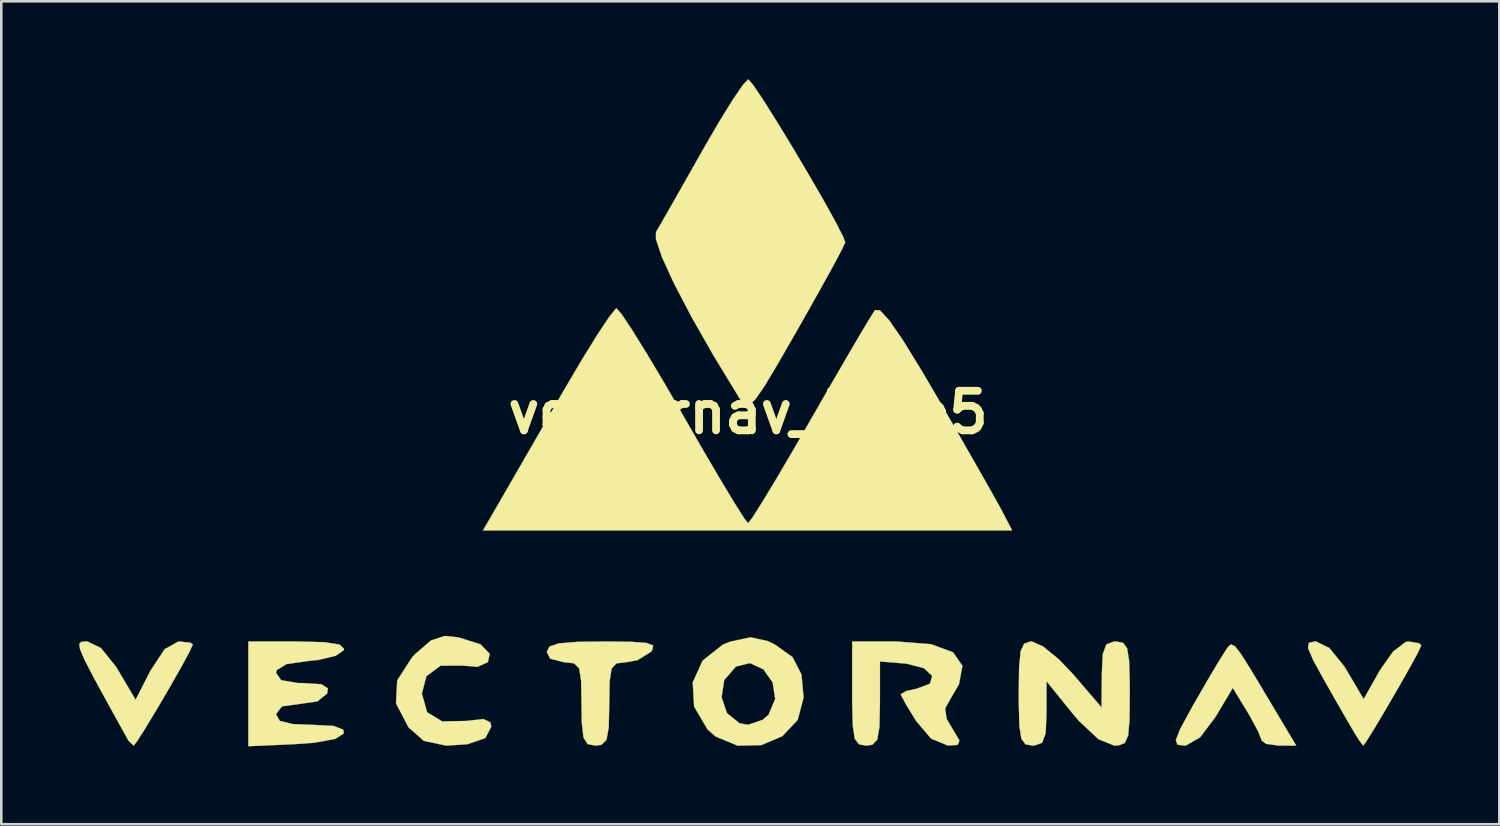
<source format=kicad_pcb>
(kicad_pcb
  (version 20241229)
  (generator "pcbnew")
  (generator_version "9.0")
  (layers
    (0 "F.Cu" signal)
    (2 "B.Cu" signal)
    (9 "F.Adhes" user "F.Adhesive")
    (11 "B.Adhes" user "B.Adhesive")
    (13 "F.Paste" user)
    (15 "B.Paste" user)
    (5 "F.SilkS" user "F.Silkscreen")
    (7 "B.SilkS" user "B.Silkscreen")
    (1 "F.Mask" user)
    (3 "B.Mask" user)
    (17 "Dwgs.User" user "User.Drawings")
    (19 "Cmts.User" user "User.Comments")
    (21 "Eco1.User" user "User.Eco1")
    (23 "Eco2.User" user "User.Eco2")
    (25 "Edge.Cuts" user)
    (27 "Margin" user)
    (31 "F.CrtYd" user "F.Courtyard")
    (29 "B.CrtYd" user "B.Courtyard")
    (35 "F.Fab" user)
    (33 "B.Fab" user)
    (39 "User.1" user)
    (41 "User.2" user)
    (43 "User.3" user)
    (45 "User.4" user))
  (footprint "vectornav_logo5"
    (layer "F.Cu")
    (at 25.768 12.839)
    (property "Reference" "vectornav_logo5" (at 0 0 0) (layer "F.SilkS") (effects (font (size 1.524 1.524) (thickness 0.3))))
    (attr through_hole)
    (fp_poly (pts (xy -11.16 8.663) (xy -10.303 8.935) (xy -9.952 9.3) (xy -10.022 9.618) (xy -10.423 9.8) (xy -10.999 9.751) (xy -11.844 9.755) (xy -12.391 10.158) (xy -12.566 10.828) (xy -12.367 11.546) (xy -11.785 11.902) (xy -10.849 11.884) (xy -10.196 11.81) (xy -9.925 11.939) (xy -9.893 12.107) (xy -10.122 12.546) (xy -10.822 12.783) (xy -11.633 12.834) (xy -12.492 12.651) (xy -13.082 12.129) (xy -13.562 11.211) (xy -13.517 10.323) (xy -12.942 9.43) (xy -12.823 9.306) (xy -12.215 8.784) (xy -11.689 8.61) (xy -11.16 8.663)) (stroke (width 0.01) (type solid)) (fill yes) (layer "F.SilkS"))
    (fp_poly (pts (xy -25.45 8.823) (xy -24.929 9.075) (xy -24.348 9.796) (xy -24.257 9.946) (xy -23.594 11.068) (xy -23.021 9.946) (xy -22.473 9.119) (xy -21.946 8.824) (xy -21.919 8.823) (xy -21.487 8.87) (xy -21.389 8.933) (xy -21.513 9.211) (xy -21.833 9.802) (xy -22.271 10.573) (xy -22.752 11.394) (xy -23.197 12.132) (xy -23.529 12.655) (xy -23.669 12.834) (xy -23.866 12.65) (xy -23.875 12.633) (xy -24.658 11.22) (xy -25.211 10.207) (xy -25.561 9.53) (xy -25.736 9.119) (xy -25.763 8.909) (xy -25.672 8.833) (xy -25.488 8.823) (xy -25.45 8.823)) (stroke (width 0.01) (type solid)) (fill yes) (layer "F.SilkS"))
    (fp_poly (pts (xy 18.755 9.004) (xy 18.996 9.315) (xy 19.383 9.931) (xy 19.971 10.914) (xy 20.279 11.43) (xy 21.117 12.834) (xy 20.451 12.834) (xy 19.949 12.765) (xy 19.784 12.633) (xy 19.656 12.296) (xy 19.337 11.705) (xy 19.228 11.522) (xy 18.673 10.612) (xy 18.011 11.723) (xy 17.416 12.513) (xy 16.871 12.83) (xy 16.809 12.834) (xy 16.542 12.799) (xy 16.477 12.626) (xy 16.638 12.213) (xy 17.046 11.458) (xy 17.137 11.296) (xy 17.641 10.418) (xy 18.084 9.67) (xy 18.337 9.265) (xy 18.481 9.041) (xy 18.602 8.933) (xy 18.755 9.004)) (stroke (width 0.01) (type solid)) (fill yes) (layer "F.SilkS"))
    (fp_poly (pts (xy 25.857 8.894) (xy 25.935 8.977) (xy 25.812 9.242) (xy 25.495 9.823) (xy 25.061 10.588) (xy 24.587 11.404) (xy 24.15 12.138) (xy 23.826 12.658) (xy 23.696 12.834) (xy 23.547 12.639) (xy 23.374 12.366) (xy 23.098 11.894) (xy 22.66 11.133) (xy 22.221 10.361) (xy 21.77 9.541) (xy 21.571 9.078) (xy 21.602 8.873) (xy 21.84 8.823) (xy 21.877 8.823) (xy 22.393 9.073) (xy 22.966 9.78) (xy 23.06 9.933) (xy 23.716 11.043) (xy 24.34 9.933) (xy 24.85 9.208) (xy 25.329 8.845) (xy 25.449 8.823) (xy 25.857 8.894)) (stroke (width 0.01) (type solid)) (fill yes) (layer "F.SilkS"))
    (fp_poly (pts (xy -4.519 8.834) (xy -3.905 8.88) (xy -3.656 8.979) (xy -3.686 9.149) (xy -3.743 9.224) (xy -4.262 9.544) (xy -4.712 9.625) (xy -5.064 9.664) (xy -5.255 9.863) (xy -5.333 10.347) (xy -5.347 11.229) (xy -5.367 12.125) (xy -5.453 12.61) (xy -5.645 12.804) (xy -5.882 12.834) (xy -6.181 12.775) (xy -6.342 12.518) (xy -6.407 11.94) (xy -6.417 11.229) (xy -6.431 10.34) (xy -6.508 9.86) (xy -6.701 9.664) (xy -7.062 9.625) (xy -7.085 9.625) (xy -7.623 9.486) (xy -7.754 9.224) (xy -7.654 9.02) (xy -7.292 8.896) (xy -6.572 8.837) (xy -5.582 8.823) (xy -4.519 8.834)) (stroke (width 0.01) (type solid)) (fill yes) (layer "F.SilkS"))
    (fp_poly (pts (xy 0.754 8.805) (xy 1.021 8.932) (xy 1.717 9.428) (xy 2.058 10.096) (xy 2.139 10.984) (xy 1.912 11.844) (xy 1.322 12.47) (xy 0.507 12.816) (xy -0.396 12.837) (xy -1.247 12.486) (xy -1.558 12.215) (xy -2.079 11.33) (xy -2.099 10.97) (xy -1.02 10.97) (xy -0.812 11.584) (xy -0.33 11.975) (xy 0 12.032) (xy 0.566 11.839) (xy 0.79 11.645) (xy 1.045 11.032) (xy 0.947 10.402) (xy 0.591 9.896) (xy 0.072 9.655) (xy -0.468 9.788) (xy -0.918 10.312) (xy -1.02 10.97) (xy -2.099 10.97) (xy -2.132 10.4) (xy -1.751 9.559) (xy -0.972 8.943) (xy -0.687 8.829) (xy 0.092 8.663) (xy 0.754 8.805)) (stroke (width 0.01) (type solid)) (fill yes) (layer "F.SilkS"))
    (fp_poly (pts (xy -16.316 8.851) (xy -15.741 8.941) (xy -15.564 9.107) (xy -15.573 9.157) (xy -15.886 9.375) (xy -16.555 9.534) (xy -16.932 9.573) (xy -17.778 9.693) (xy -18.152 9.921) (xy -18.181 10.041) (xy -17.983 10.315) (xy -17.347 10.423) (xy -17.12 10.427) (xy -16.439 10.47) (xy -16.187 10.629) (xy -16.213 10.828) (xy -16.595 11.131) (xy -17.274 11.229) (xy -17.955 11.322) (xy -18.181 11.615) (xy -18.181 11.631) (xy -18.04 11.881) (xy -17.55 12.004) (xy -16.822 12.032) (xy -15.972 12.076) (xy -15.594 12.219) (xy -15.573 12.366) (xy -15.908 12.577) (xy -16.714 12.724) (xy -17.467 12.779) (xy -19.251 12.858) (xy -19.251 8.823) (xy -17.357 8.823) (xy -16.316 8.851)) (stroke (width 0.01) (type solid)) (fill yes) (layer "F.SilkS"))
    (fp_poly (pts (xy 0.195 -12.618) (xy 0.584 -12.039) (xy 1.112 -11.202) (xy 1.717 -10.209) (xy 2.336 -9.165) (xy 2.91 -8.172) (xy 3.375 -7.334) (xy 3.67 -6.756) (xy 3.743 -6.555) (xy 3.618 -6.282) (xy 3.273 -5.634) (xy 2.757 -4.699) (xy 2.118 -3.565) (xy 1.896 -3.176) (xy 1.163 -1.9) (xy 0.644 -1.031) (xy 0.289 -0.513) (xy 0.048 -0.287) (xy -0.127 -0.296) (xy -0.287 -0.482) (xy -0.346 -0.573) (xy -1.333 -2.196) (xy -2.18 -3.683) (xy -2.854 -4.971) (xy -3.322 -5.993) (xy -3.551 -6.685) (xy -3.547 -6.948) (xy -3.323 -7.333) (xy -2.899 -8.075) (xy -2.338 -9.063) (xy -1.756 -10.093) (xy -1.135 -11.164) (xy -0.594 -12.04) (xy -0.193 -12.627) (xy 0.006 -12.834) (xy 0.195 -12.618)) (stroke (width 0.01) (type solid)) (fill yes) (layer "F.SilkS"))
    (fp_poly (pts (xy 7.055 8.929) (xy 7.899 9.243) (xy 8.258 9.76) (xy 8.124 10.474) (xy 7.864 10.914) (xy 7.592 11.4) (xy 7.65 11.807) (xy 7.87 12.177) (xy 8.143 12.64) (xy 8.071 12.809) (xy 7.693 12.83) (xy 7.053 12.565) (xy 6.484 11.898) (xy 6.109 11.294) (xy 5.899 10.904) (xy 5.882 10.851) (xy 6.109 10.726) (xy 6.484 10.646) (xy 7.009 10.449) (xy 7.092 10.147) (xy 6.777 9.853) (xy 6.112 9.679) (xy 6.083 9.676) (xy 5.08 9.593) (xy 5.08 11.213) (xy 5.061 12.115) (xy 4.977 12.604) (xy 4.787 12.802) (xy 4.545 12.834) (xy 4.272 12.786) (xy 4.111 12.57) (xy 4.034 12.075) (xy 4.011 11.189) (xy 4.011 10.828) (xy 4.011 8.823) (xy 5.729 8.823) (xy 7.055 8.929)) (stroke (width 0.01) (type solid)) (fill yes) (layer "F.SilkS"))
    (fp_poly (pts (xy 14.444 8.871) (xy 14.604 9.086) (xy 14.681 9.582) (xy 14.704 10.467) (xy 14.705 10.828) (xy 14.695 11.85) (xy 14.642 12.449) (xy 14.512 12.737) (xy 14.272 12.827) (xy 14.104 12.833) (xy 13.496 12.587) (xy 12.732 11.869) (xy 12.499 11.593) (xy 11.497 10.354) (xy 11.497 11.594) (xy 11.464 12.36) (xy 11.327 12.727) (xy 11.027 12.832) (xy 10.962 12.834) (xy 10.689 12.786) (xy 10.528 12.57) (xy 10.451 12.075) (xy 10.428 11.189) (xy 10.427 10.828) (xy 10.441 9.8) (xy 10.501 9.197) (xy 10.635 8.908) (xy 10.871 8.825) (xy 10.934 8.823) (xy 11.367 9.016) (xy 11.98 9.517) (xy 12.529 10.093) (xy 13.617 11.363) (xy 13.626 10.093) (xy 13.664 9.315) (xy 13.8 8.937) (xy 14.091 8.825) (xy 14.171 8.823) (xy 14.444 8.871)) (stroke (width 0.01) (type solid)) (fill yes) (layer "F.SilkS"))
    (fp_poly (pts (xy -4.874 -3.79) (xy -4.465 -3.176) (xy -3.887 -2.244) (xy -3.187 -1.069) (xy -2.496 0.127) (xy -1.729 1.457) (xy -1.051 2.61) (xy -0.507 3.511) (xy -0.141 4.088) (xy 0 4.267) (xy 0.17 4.048) (xy 0.556 3.438) (xy 1.114 2.514) (xy 1.796 1.352) (xy 2.384 0.33) (xy 3.145 -0.996) (xy 3.828 -2.172) (xy 4.381 -3.114) (xy 4.757 -3.738) (xy 4.892 -3.945) (xy 5.084 -3.93) (xy 5.436 -3.551) (xy 5.97 -2.776) (xy 6.709 -1.574) (xy 7.278 -0.603) (xy 8.039 0.714) (xy 8.73 1.921) (xy 9.296 2.918) (xy 9.681 3.605) (xy 9.791 3.81) (xy 10.174 4.545) (xy -10.211 4.545) (xy -9.554 3.409) (xy -9.169 2.742) (xy -8.591 1.742) (xy -7.898 0.538) (xy -7.162 -0.739) (xy -7.087 -0.869) (xy -6.41 -2.018) (xy -5.816 -2.979) (xy -5.361 -3.666) (xy -5.098 -3.994) (xy -5.067 -4.011) (xy -4.874 -3.79)) (stroke (width 0.01) (type solid)) (fill yes) (layer "F.SilkS")))
  (gr_rect
    (start -3 -3)
    (end 54.708 28.702)
    (stroke (width 0.1) (type default))
    (fill no)
    (layer "Edge.Cuts")))
</source>
